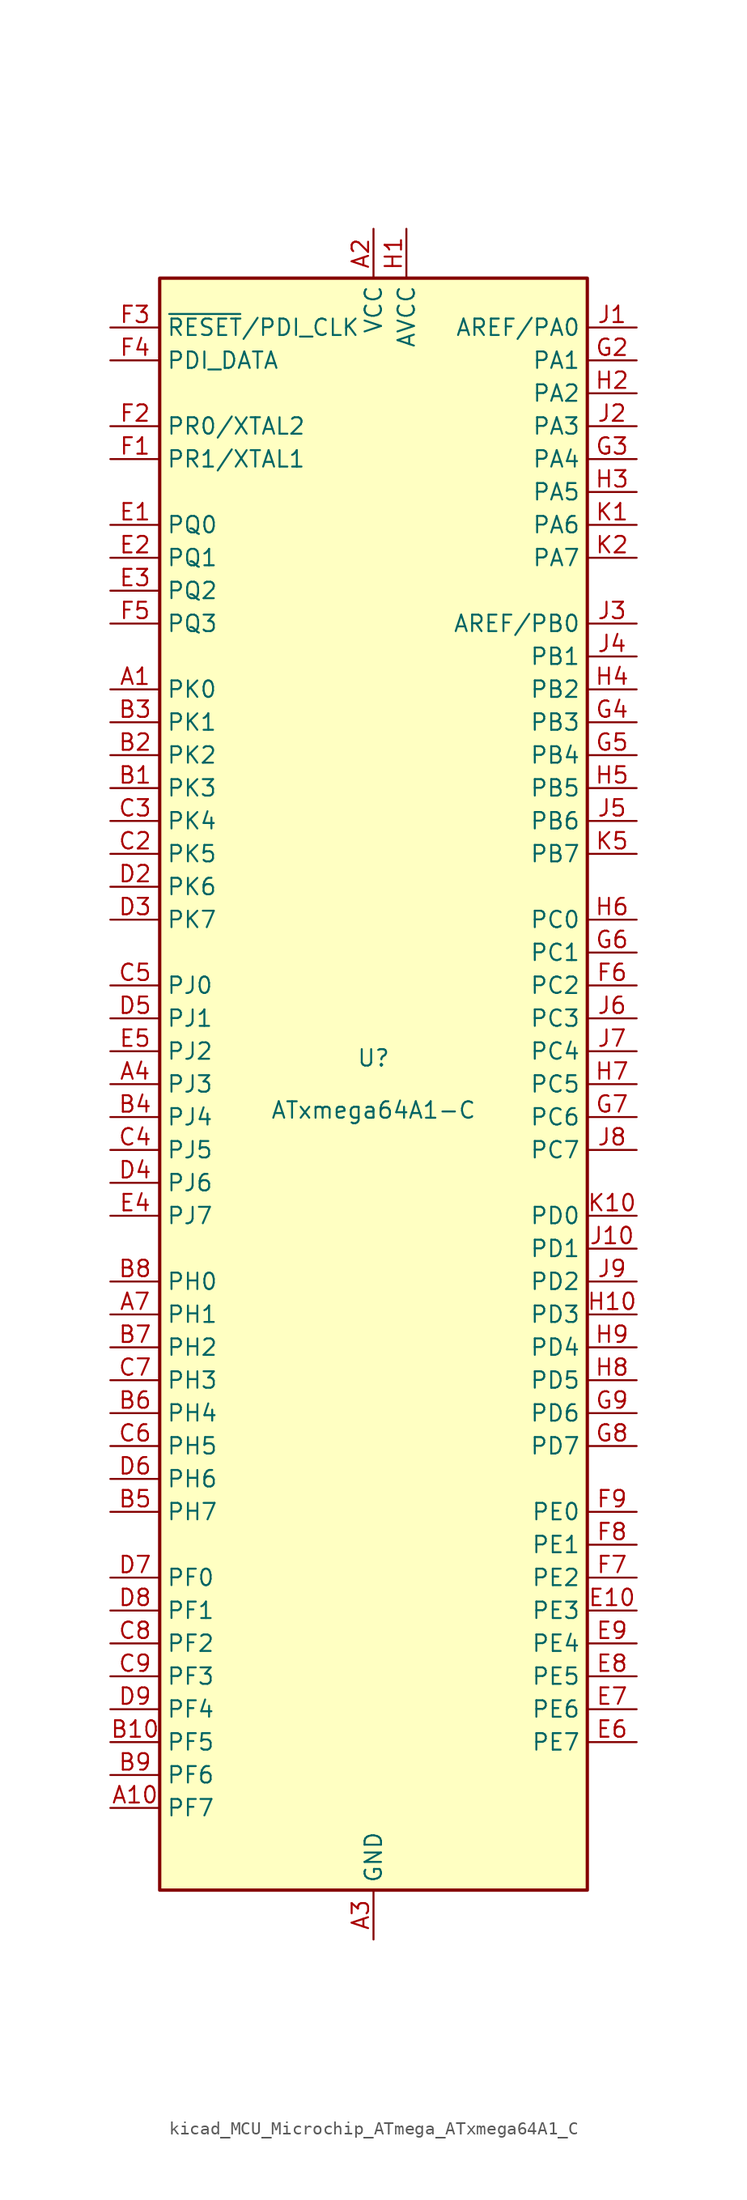
<source format=kicad_sym>
(kicad_symbol_lib
  (version 20220914)
  (generator kicad_symbol_editor)
  (symbol "kicad_MCU_Microchip_ATmega_ATxmega64A1_C"
    (property "Reference" "U"
      (at 0 1.27 0)
      (effects (font (size 1.27 1.27)) (justify bottom)))
    (property "Value" "ATxmega64A1-C"
      (at 0 -1.27 0)
      (effects (font (size 1.27 1.27)) (justify top)))
    (symbol "kicad_MCU_Microchip_ATmega_ATxmega64A1_C_0_1"
      (rectangle (start -16.51 -62.23) (end 16.51 62.23) (stroke (width 0.254) (type default)) (fill (type background))))
    (symbol "kicad_MCU_Microchip_ATmega_ATxmega64A1_C_1_1"
      (pin bidirectional line (at -20.32 30.48 0) (length 3.81) (name "PK0" (effects (font (size 1.27 1.27)))) (number "A1" (effects (font (size 1.27 1.27)))))
      (pin bidirectional line (at -20.32 -55.88 0) (length 3.81) (name "PF7" (effects (font (size 1.27 1.27)))) (number "A10" (effects (font (size 1.27 1.27)))))
      (pin power_in line (at 0 66.04 270) (length 3.81) (name "VCC" (effects (font (size 1.27 1.27)))) (number "A2" (effects (font (size 1.27 1.27)))))
      (pin power_in line (at 0 -66.04 90) (length 3.81) (name "GND" (effects (font (size 1.27 1.27)))) (number "A3" (effects (font (size 1.27 1.27)))))
      (pin bidirectional line (at -20.32 0 0) (length 3.81) (name "PJ3" (effects (font (size 1.27 1.27)))) (number "A4" (effects (font (size 1.27 1.27)))))
      (pin passive line (at 0 66.04 270) (length 3.81) hide (name "VCC" (effects (font (size 1.27 1.27)))) (number "A5" (effects (font (size 1.27 1.27)))))
      (pin passive line (at 0 -66.04 90) (length 3.81) hide (name "GND" (effects (font (size 1.27 1.27)))) (number "A6" (effects (font (size 1.27 1.27)))))
      (pin bidirectional line (at -20.32 -17.78 0) (length 3.81) (name "PH1" (effects (font (size 1.27 1.27)))) (number "A7" (effects (font (size 1.27 1.27)))))
      (pin passive line (at 0 -66.04 90) (length 3.81) hide (name "GND" (effects (font (size 1.27 1.27)))) (number "A8" (effects (font (size 1.27 1.27)))))
      (pin passive line (at 0 66.04 270) (length 3.81) hide (name "VCC" (effects (font (size 1.27 1.27)))) (number "A9" (effects (font (size 1.27 1.27)))))
      (pin bidirectional line (at -20.32 22.86 0) (length 3.81) (name "PK3" (effects (font (size 1.27 1.27)))) (number "B1" (effects (font (size 1.27 1.27)))))
      (pin bidirectional line (at -20.32 -50.8 0) (length 3.81) (name "PF5" (effects (font (size 1.27 1.27)))) (number "B10" (effects (font (size 1.27 1.27)))))
      (pin bidirectional line (at -20.32 25.4 0) (length 3.81) (name "PK2" (effects (font (size 1.27 1.27)))) (number "B2" (effects (font (size 1.27 1.27)))))
      (pin bidirectional line (at -20.32 27.94 0) (length 3.81) (name "PK1" (effects (font (size 1.27 1.27)))) (number "B3" (effects (font (size 1.27 1.27)))))
      (pin bidirectional line (at -20.32 -2.54 0) (length 3.81) (name "PJ4" (effects (font (size 1.27 1.27)))) (number "B4" (effects (font (size 1.27 1.27)))))
      (pin bidirectional line (at -20.32 -33.02 0) (length 3.81) (name "PH7" (effects (font (size 1.27 1.27)))) (number "B5" (effects (font (size 1.27 1.27)))))
      (pin bidirectional line (at -20.32 -25.4 0) (length 3.81) (name "PH4" (effects (font (size 1.27 1.27)))) (number "B6" (effects (font (size 1.27 1.27)))))
      (pin bidirectional line (at -20.32 -20.32 0) (length 3.81) (name "PH2" (effects (font (size 1.27 1.27)))) (number "B7" (effects (font (size 1.27 1.27)))))
      (pin bidirectional line (at -20.32 -15.24 0) (length 3.81) (name "PH0" (effects (font (size 1.27 1.27)))) (number "B8" (effects (font (size 1.27 1.27)))))
      (pin bidirectional line (at -20.32 -53.34 0) (length 3.81) (name "PF6" (effects (font (size 1.27 1.27)))) (number "B9" (effects (font (size 1.27 1.27)))))
      (pin passive line (at 0 66.04 270) (length 3.81) hide (name "VCC" (effects (font (size 1.27 1.27)))) (number "C1" (effects (font (size 1.27 1.27)))))
      (pin passive line (at 0 66.04 270) (length 3.81) hide (name "VCC" (effects (font (size 1.27 1.27)))) (number "C10" (effects (font (size 1.27 1.27)))))
      (pin bidirectional line (at -20.32 17.78 0) (length 3.81) (name "PK5" (effects (font (size 1.27 1.27)))) (number "C2" (effects (font (size 1.27 1.27)))))
      (pin bidirectional line (at -20.32 20.32 0) (length 3.81) (name "PK4" (effects (font (size 1.27 1.27)))) (number "C3" (effects (font (size 1.27 1.27)))))
      (pin bidirectional line (at -20.32 -5.08 0) (length 3.81) (name "PJ5" (effects (font (size 1.27 1.27)))) (number "C4" (effects (font (size 1.27 1.27)))))
      (pin bidirectional line (at -20.32 7.62 0) (length 3.81) (name "PJ0" (effects (font (size 1.27 1.27)))) (number "C5" (effects (font (size 1.27 1.27)))))
      (pin bidirectional line (at -20.32 -27.94 0) (length 3.81) (name "PH5" (effects (font (size 1.27 1.27)))) (number "C6" (effects (font (size 1.27 1.27)))))
      (pin bidirectional line (at -20.32 -22.86 0) (length 3.81) (name "PH3" (effects (font (size 1.27 1.27)))) (number "C7" (effects (font (size 1.27 1.27)))))
      (pin bidirectional line (at -20.32 -43.18 0) (length 3.81) (name "PF2" (effects (font (size 1.27 1.27)))) (number "C8" (effects (font (size 1.27 1.27)))))
      (pin bidirectional line (at -20.32 -45.72 0) (length 3.81) (name "PF3" (effects (font (size 1.27 1.27)))) (number "C9" (effects (font (size 1.27 1.27)))))
      (pin passive line (at 0 -66.04 90) (length 3.81) hide (name "GND" (effects (font (size 1.27 1.27)))) (number "D1" (effects (font (size 1.27 1.27)))))
      (pin passive line (at 0 -66.04 90) (length 3.81) hide (name "GND" (effects (font (size 1.27 1.27)))) (number "D10" (effects (font (size 1.27 1.27)))))
      (pin bidirectional line (at -20.32 15.24 0) (length 3.81) (name "PK6" (effects (font (size 1.27 1.27)))) (number "D2" (effects (font (size 1.27 1.27)))))
      (pin bidirectional line (at -20.32 12.7 0) (length 3.81) (name "PK7" (effects (font (size 1.27 1.27)))) (number "D3" (effects (font (size 1.27 1.27)))))
      (pin bidirectional line (at -20.32 -7.62 0) (length 3.81) (name "PJ6" (effects (font (size 1.27 1.27)))) (number "D4" (effects (font (size 1.27 1.27)))))
      (pin bidirectional line (at -20.32 5.08 0) (length 3.81) (name "PJ1" (effects (font (size 1.27 1.27)))) (number "D5" (effects (font (size 1.27 1.27)))))
      (pin bidirectional line (at -20.32 -30.48 0) (length 3.81) (name "PH6" (effects (font (size 1.27 1.27)))) (number "D6" (effects (font (size 1.27 1.27)))))
      (pin bidirectional line (at -20.32 -38.1 0) (length 3.81) (name "PF0" (effects (font (size 1.27 1.27)))) (number "D7" (effects (font (size 1.27 1.27)))))
      (pin bidirectional line (at -20.32 -40.64 0) (length 3.81) (name "PF1" (effects (font (size 1.27 1.27)))) (number "D8" (effects (font (size 1.27 1.27)))))
      (pin bidirectional line (at -20.32 -48.26 0) (length 3.81) (name "PF4" (effects (font (size 1.27 1.27)))) (number "D9" (effects (font (size 1.27 1.27)))))
      (pin bidirectional line (at -20.32 43.18 0) (length 3.81) (name "PQ0" (effects (font (size 1.27 1.27)))) (number "E1" (effects (font (size 1.27 1.27)))))
      (pin bidirectional line (at 20.32 -40.64 180) (length 3.81) (name "PE3" (effects (font (size 1.27 1.27)))) (number "E10" (effects (font (size 1.27 1.27)))))
      (pin bidirectional line (at -20.32 40.64 0) (length 3.81) (name "PQ1" (effects (font (size 1.27 1.27)))) (number "E2" (effects (font (size 1.27 1.27)))))
      (pin bidirectional line (at -20.32 38.1 0) (length 3.81) (name "PQ2" (effects (font (size 1.27 1.27)))) (number "E3" (effects (font (size 1.27 1.27)))))
      (pin bidirectional line (at -20.32 -10.16 0) (length 3.81) (name "PJ7" (effects (font (size 1.27 1.27)))) (number "E4" (effects (font (size 1.27 1.27)))))
      (pin bidirectional line (at -20.32 2.54 0) (length 3.81) (name "PJ2" (effects (font (size 1.27 1.27)))) (number "E5" (effects (font (size 1.27 1.27)))))
      (pin bidirectional line (at 20.32 -50.8 180) (length 3.81) (name "PE7" (effects (font (size 1.27 1.27)))) (number "E6" (effects (font (size 1.27 1.27)))))
      (pin bidirectional line (at 20.32 -48.26 180) (length 3.81) (name "PE6" (effects (font (size 1.27 1.27)))) (number "E7" (effects (font (size 1.27 1.27)))))
      (pin bidirectional line (at 20.32 -45.72 180) (length 3.81) (name "PE5" (effects (font (size 1.27 1.27)))) (number "E8" (effects (font (size 1.27 1.27)))))
      (pin bidirectional line (at 20.32 -43.18 180) (length 3.81) (name "PE4" (effects (font (size 1.27 1.27)))) (number "E9" (effects (font (size 1.27 1.27)))))
      (pin bidirectional line (at -20.32 48.26 0) (length 3.81) (name "PR1/XTAL1" (effects (font (size 1.27 1.27)))) (number "F1" (effects (font (size 1.27 1.27)))))
      (pin passive line (at 0 66.04 270) (length 3.81) hide (name "VCC" (effects (font (size 1.27 1.27)))) (number "F10" (effects (font (size 1.27 1.27)))))
      (pin bidirectional line (at -20.32 50.8 0) (length 3.81) (name "PR0/XTAL2" (effects (font (size 1.27 1.27)))) (number "F2" (effects (font (size 1.27 1.27)))))
      (pin input line (at -20.32 58.42 0) (length 3.81) (name "~{RESET}/PDI_CLK" (effects (font (size 1.27 1.27)))) (number "F3" (effects (font (size 1.27 1.27)))))
      (pin bidirectional line (at -20.32 55.88 0) (length 3.81) (name "PDI_DATA" (effects (font (size 1.27 1.27)))) (number "F4" (effects (font (size 1.27 1.27)))))
      (pin bidirectional line (at -20.32 35.56 0) (length 3.81) (name "PQ3" (effects (font (size 1.27 1.27)))) (number "F5" (effects (font (size 1.27 1.27)))))
      (pin bidirectional line (at 20.32 7.62 180) (length 3.81) (name "PC2" (effects (font (size 1.27 1.27)))) (number "F6" (effects (font (size 1.27 1.27)))))
      (pin bidirectional line (at 20.32 -38.1 180) (length 3.81) (name "PE2" (effects (font (size 1.27 1.27)))) (number "F7" (effects (font (size 1.27 1.27)))))
      (pin bidirectional line (at 20.32 -35.56 180) (length 3.81) (name "PE1" (effects (font (size 1.27 1.27)))) (number "F8" (effects (font (size 1.27 1.27)))))
      (pin bidirectional line (at 20.32 -33.02 180) (length 3.81) (name "PE0" (effects (font (size 1.27 1.27)))) (number "F9" (effects (font (size 1.27 1.27)))))
      (pin passive line (at 0 -66.04 90) (length 3.81) hide (name "GND" (effects (font (size 1.27 1.27)))) (number "G1" (effects (font (size 1.27 1.27)))))
      (pin passive line (at 0 -66.04 90) (length 3.81) hide (name "GND" (effects (font (size 1.27 1.27)))) (number "G10" (effects (font (size 1.27 1.27)))))
      (pin bidirectional line (at 20.32 55.88 180) (length 3.81) (name "PA1" (effects (font (size 1.27 1.27)))) (number "G2" (effects (font (size 1.27 1.27)))))
      (pin bidirectional line (at 20.32 48.26 180) (length 3.81) (name "PA4" (effects (font (size 1.27 1.27)))) (number "G3" (effects (font (size 1.27 1.27)))))
      (pin bidirectional line (at 20.32 27.94 180) (length 3.81) (name "PB3" (effects (font (size 1.27 1.27)))) (number "G4" (effects (font (size 1.27 1.27)))))
      (pin bidirectional line (at 20.32 25.4 180) (length 3.81) (name "PB4" (effects (font (size 1.27 1.27)))) (number "G5" (effects (font (size 1.27 1.27)))))
      (pin bidirectional line (at 20.32 10.16 180) (length 3.81) (name "PC1" (effects (font (size 1.27 1.27)))) (number "G6" (effects (font (size 1.27 1.27)))))
      (pin bidirectional line (at 20.32 -2.54 180) (length 3.81) (name "PC6" (effects (font (size 1.27 1.27)))) (number "G7" (effects (font (size 1.27 1.27)))))
      (pin bidirectional line (at 20.32 -27.94 180) (length 3.81) (name "PD7" (effects (font (size 1.27 1.27)))) (number "G8" (effects (font (size 1.27 1.27)))))
      (pin bidirectional line (at 20.32 -25.4 180) (length 3.81) (name "PD6" (effects (font (size 1.27 1.27)))) (number "G9" (effects (font (size 1.27 1.27)))))
      (pin power_in line (at 2.54 66.04 270) (length 3.81) (name "AVCC" (effects (font (size 1.27 1.27)))) (number "H1" (effects (font (size 1.27 1.27)))))
      (pin bidirectional line (at 20.32 -17.78 180) (length 3.81) (name "PD3" (effects (font (size 1.27 1.27)))) (number "H10" (effects (font (size 1.27 1.27)))))
      (pin bidirectional line (at 20.32 53.34 180) (length 3.81) (name "PA2" (effects (font (size 1.27 1.27)))) (number "H2" (effects (font (size 1.27 1.27)))))
      (pin bidirectional line (at 20.32 45.72 180) (length 3.81) (name "PA5" (effects (font (size 1.27 1.27)))) (number "H3" (effects (font (size 1.27 1.27)))))
      (pin bidirectional line (at 20.32 30.48 180) (length 3.81) (name "PB2" (effects (font (size 1.27 1.27)))) (number "H4" (effects (font (size 1.27 1.27)))))
      (pin bidirectional line (at 20.32 22.86 180) (length 3.81) (name "PB5" (effects (font (size 1.27 1.27)))) (number "H5" (effects (font (size 1.27 1.27)))))
      (pin bidirectional line (at 20.32 12.7 180) (length 3.81) (name "PC0" (effects (font (size 1.27 1.27)))) (number "H6" (effects (font (size 1.27 1.27)))))
      (pin bidirectional line (at 20.32 0 180) (length 3.81) (name "PC5" (effects (font (size 1.27 1.27)))) (number "H7" (effects (font (size 1.27 1.27)))))
      (pin bidirectional line (at 20.32 -22.86 180) (length 3.81) (name "PD5" (effects (font (size 1.27 1.27)))) (number "H8" (effects (font (size 1.27 1.27)))))
      (pin bidirectional line (at 20.32 -20.32 180) (length 3.81) (name "PD4" (effects (font (size 1.27 1.27)))) (number "H9" (effects (font (size 1.27 1.27)))))
      (pin bidirectional line (at 20.32 58.42 180) (length 3.81) (name "AREF/PA0" (effects (font (size 1.27 1.27)))) (number "J1" (effects (font (size 1.27 1.27)))))
      (pin bidirectional line (at 20.32 -12.7 180) (length 3.81) (name "PD1" (effects (font (size 1.27 1.27)))) (number "J10" (effects (font (size 1.27 1.27)))))
      (pin bidirectional line (at 20.32 50.8 180) (length 3.81) (name "PA3" (effects (font (size 1.27 1.27)))) (number "J2" (effects (font (size 1.27 1.27)))))
      (pin bidirectional line (at 20.32 35.56 180) (length 3.81) (name "AREF/PB0" (effects (font (size 1.27 1.27)))) (number "J3" (effects (font (size 1.27 1.27)))))
      (pin bidirectional line (at 20.32 33.02 180) (length 3.81) (name "PB1" (effects (font (size 1.27 1.27)))) (number "J4" (effects (font (size 1.27 1.27)))))
      (pin bidirectional line (at 20.32 20.32 180) (length 3.81) (name "PB6" (effects (font (size 1.27 1.27)))) (number "J5" (effects (font (size 1.27 1.27)))))
      (pin bidirectional line (at 20.32 5.08 180) (length 3.81) (name "PC3" (effects (font (size 1.27 1.27)))) (number "J6" (effects (font (size 1.27 1.27)))))
      (pin bidirectional line (at 20.32 2.54 180) (length 3.81) (name "PC4" (effects (font (size 1.27 1.27)))) (number "J7" (effects (font (size 1.27 1.27)))))
      (pin bidirectional line (at 20.32 -5.08 180) (length 3.81) (name "PC7" (effects (font (size 1.27 1.27)))) (number "J8" (effects (font (size 1.27 1.27)))))
      (pin bidirectional line (at 20.32 -15.24 180) (length 3.81) (name "PD2" (effects (font (size 1.27 1.27)))) (number "J9" (effects (font (size 1.27 1.27)))))
      (pin bidirectional line (at 20.32 43.18 180) (length 3.81) (name "PA6" (effects (font (size 1.27 1.27)))) (number "K1" (effects (font (size 1.27 1.27)))))
      (pin bidirectional line (at 20.32 -10.16 180) (length 3.81) (name "PD0" (effects (font (size 1.27 1.27)))) (number "K10" (effects (font (size 1.27 1.27)))))
      (pin bidirectional line (at 20.32 40.64 180) (length 3.81) (name "PA7" (effects (font (size 1.27 1.27)))) (number "K2" (effects (font (size 1.27 1.27)))))
      (pin passive line (at 0 -66.04 90) (length 3.81) hide (name "GND" (effects (font (size 1.27 1.27)))) (number "K3" (effects (font (size 1.27 1.27)))))
      (pin passive line (at 2.54 66.04 270) (length 3.81) hide (name "AVCC" (effects (font (size 1.27 1.27)))) (number "K4" (effects (font (size 1.27 1.27)))))
      (pin bidirectional line (at 20.32 17.78 180) (length 3.81) (name "PB7" (effects (font (size 1.27 1.27)))) (number "K5" (effects (font (size 1.27 1.27)))))
      (pin passive line (at 0 66.04 270) (length 3.81) hide (name "VCC" (effects (font (size 1.27 1.27)))) (number "K6" (effects (font (size 1.27 1.27)))))
      (pin passive line (at 0 -66.04 90) (length 3.81) hide (name "GND" (effects (font (size 1.27 1.27)))) (number "K7" (effects (font (size 1.27 1.27)))))
      (pin passive line (at 0 66.04 270) (length 3.81) hide (name "VCC" (effects (font (size 1.27 1.27)))) (number "K8" (effects (font (size 1.27 1.27)))))
      (pin passive line (at 0 -66.04 90) (length 3.81) hide (name "GND" (effects (font (size 1.27 1.27)))) (number "K9" (effects (font (size 1.27 1.27))))))))
</source>
